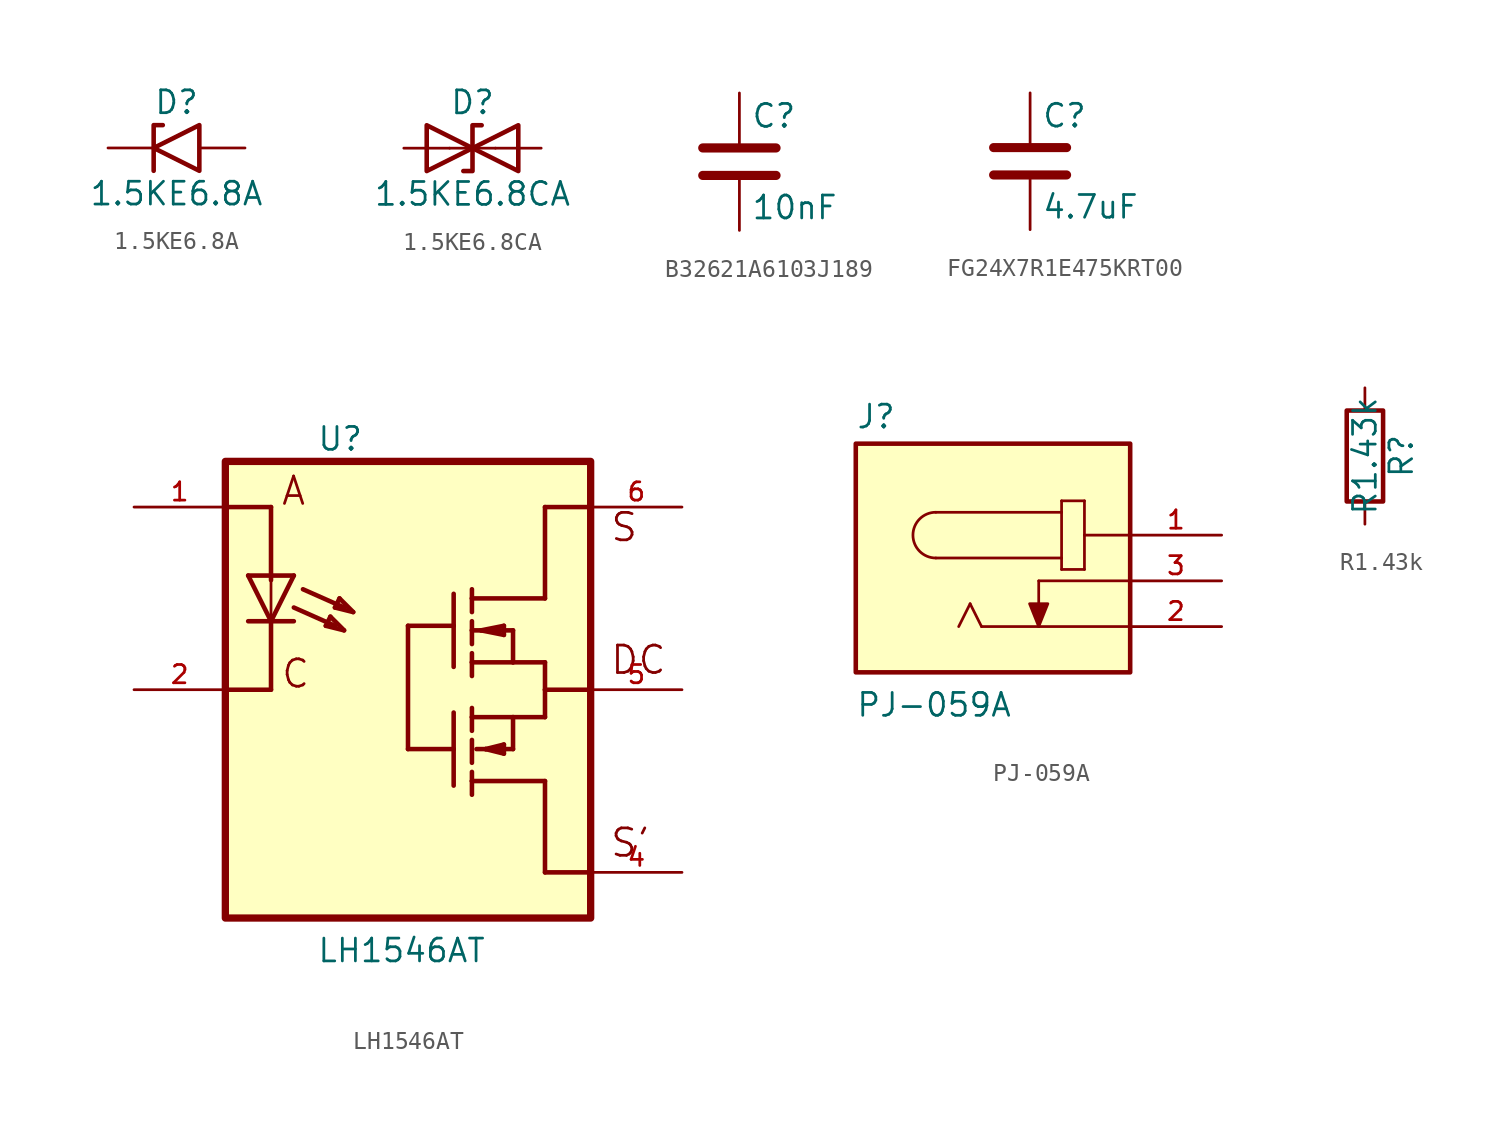
<source format=kicad_sym>
(kicad_symbol_lib
  (version 20241209)
  (generator "kicad_symbol_editor")
  (generator_version "9.0")
  (symbol "1.5KE6.8A"
    (pin_numbers
      (hide yes))
    (pin_names
      (offset 1.016)
      (hide yes))
    (property "Reference" "D"
      (at 0 2.54 0)
      (effects (font (size 1.27 1.27))))
    (property "Value" "1.5KE6.8A"
      (at 0 -2.54 0)
      (effects (font (size 1.27 1.27))))
    (symbol "1.5KE6.8A_0_1"
      (polyline (pts (xy -0.762 1.27) (xy -1.27 1.27) (xy -1.27 -1.27)) (stroke (width 0.254) (type default)) (fill (type none)))
      (polyline (pts (xy 1.27 1.27) (xy 1.27 -1.27) (xy -1.27 0) (xy 1.27 1.27)) (stroke (width 0.254) (type default)) (fill (type none))))
    (symbol "1.5KE6.8A_1_1"
      (pin passive line (at -3.81 0 0) (length 2.54) (name "A1" (effects (font (size 1.27 1.27)))) (number "1" (effects (font (size 1.27 1.27)))))
      (pin passive line (at 3.81 0 180) (length 2.54) (name "A2" (effects (font (size 1.27 1.27)))) (number "2" (effects (font (size 1.27 1.27)))))))
  (symbol "1.5KE6.8CA"
    (pin_numbers
      (hide yes))
    (pin_names
      (offset 1.016)
      (hide yes))
    (property "Reference" "D"
      (at 0 2.54 0)
      (effects (font (size 1.27 1.27))))
    (property "Value" "1.5KE6.8CA"
      (at 0 -2.54 0)
      (effects (font (size 1.27 1.27))))
    (symbol "1.5KE6.8CA_0_1"
      (polyline (pts (xy -2.54 -1.27) (xy 0 0) (xy -2.54 1.27) (xy -2.54 -1.27)) (stroke (width 0.254) (type default)) (fill (type none)))
      (polyline (pts (xy 0.508 1.27) (xy 0 1.27) (xy 0 -1.27) (xy -0.508 -1.27)) (stroke (width 0.254) (type default)) (fill (type none)))
      (polyline (pts (xy 1.27 0) (xy -1.27 0)) (stroke (width 0) (type default)) (fill (type none)))
      (polyline (pts (xy 2.54 1.27) (xy 2.54 -1.27) (xy 0 0) (xy 2.54 1.27)) (stroke (width 0.254) (type default)) (fill (type none))))
    (symbol "1.5KE6.8CA_1_1"
      (pin passive line (at -3.81 0 0) (length 2.54) (name "A1" (effects (font (size 1.27 1.27)))) (number "1" (effects (font (size 1.27 1.27)))))
      (pin passive line (at 3.81 0 180) (length 2.54) (name "A2" (effects (font (size 1.27 1.27)))) (number "2" (effects (font (size 1.27 1.27)))))))
  (symbol "B32621A6103J189"
    (pin_numbers
      (hide yes))
    (pin_names
      (offset 0.254))
    (property "Reference" "C"
      (at 0.635 2.54 0)
      (effects (font (size 1.27 1.27)) (justify left)))
    (property "Value" "10nF"
      (at 0.635 -2.54 0)
      (effects (font (size 1.27 1.27)) (justify left)))
    (symbol "B32621A6103J189_0_1"
      (polyline (pts (xy -2.032 0.762) (xy 2.032 0.762)) (stroke (width 0.508) (type default)) (fill (type none)))
      (polyline (pts (xy -2.032 -0.762) (xy 2.032 -0.762)) (stroke (width 0.508) (type default)) (fill (type none))))
    (symbol "B32621A6103J189_1_1"
      (pin passive line (at 0 3.81 270) (length 2.794) (name "~" (effects (font (size 1.27 1.27)))) (number "1" (effects (font (size 1.27 1.27)))))
      (pin passive line (at 0 -3.81 90) (length 2.794) (name "~" (effects (font (size 1.27 1.27)))) (number "2" (effects (font (size 1.27 1.27)))))))
  (symbol "FG24X7R1E475KRT00"
    (pin_numbers
      (hide yes))
    (pin_names
      (offset 0.254))
    (property "Reference" "C"
      (at 0.635 2.54 0)
      (effects (font (size 1.27 1.27)) (justify left)))
    (property "Value" "4.7uF"
      (at 0.635 -2.54 0)
      (effects (font (size 1.27 1.27)) (justify left)))
    (symbol "FG24X7R1E475KRT00_0_1"
      (polyline (pts (xy -2.032 0.762) (xy 2.032 0.762)) (stroke (width 0.508) (type default)) (fill (type none)))
      (polyline (pts (xy -2.032 -0.762) (xy 2.032 -0.762)) (stroke (width 0.508) (type default)) (fill (type none))))
    (symbol "FG24X7R1E475KRT00_1_1"
      (pin passive line (at 0 3.81 270) (length 2.794) (name "~" (effects (font (size 1.27 1.27)))) (number "1" (effects (font (size 1.27 1.27)))))
      (pin passive line (at 0 -3.81 90) (length 2.794) (name "~" (effects (font (size 1.27 1.27)))) (number "2" (effects (font (size 1.27 1.27)))))))
  (symbol "LH1546AT"
    (pin_names
      (offset 1.016))
    (property "Reference" "U"
      (at -5.081 13.21 0)
      (effects (font (size 1.27 1.27)) (justify left bottom)))
    (property "Value" "LH1546AT"
      (at -5.083 -15.248 0)
      (effects (font (size 1.27 1.27)) (justify left bottom)))
    (symbol "LH1546AT_0_0"
      (polyline (pts (xy -10.16 10.16) (xy -7.62 10.16)) (stroke (width 0.254) (type default)) (fill (type none)))
      (polyline (pts (xy -10.16 0) (xy -7.62 0)) (stroke (width 0.254) (type default)) (fill (type none)))
      (rectangle (start -10.16 -12.7) (end 10.16 12.7) (stroke (width 0.406) (type default)) (fill (type background)))
      (polyline (pts (xy -7.62 10.16) (xy -7.62 6.096)) (stroke (width 0.254) (type default)) (fill (type none)))
      (polyline (pts (xy -7.62 6.35) (xy -8.89 6.35)) (stroke (width 0.254) (type default)) (fill (type none)))
      (polyline (pts (xy -7.62 6.35) (xy -7.62 6.096)) (stroke (width 0.152) (type default)) (fill (type none)))
      (polyline (pts (xy -7.62 6.096) (xy -7.62 3.81)) (stroke (width 0.152) (type default)) (fill (type none)))
      (polyline (pts (xy -7.62 3.81) (xy -8.89 6.35)) (stroke (width 0.254) (type default)) (fill (type none)))
      (polyline (pts (xy -7.62 3.81) (xy -8.89 3.81)) (stroke (width 0.254) (type default)) (fill (type none)))
      (polyline (pts (xy -7.62 0) (xy -7.62 3.81)) (stroke (width 0.254) (type default)) (fill (type none)))
      (polyline (pts (xy -6.35 6.35) (xy -7.62 6.35)) (stroke (width 0.254) (type default)) (fill (type none)))
      (polyline (pts (xy -6.35 6.35) (xy -7.62 3.81)) (stroke (width 0.254) (type default)) (fill (type none)))
      (polyline (pts (xy -6.35 3.81) (xy -7.62 3.81)) (stroke (width 0.254) (type default)) (fill (type none)))
      (polyline (pts (xy -4.572 3.556) (xy -3.556 3.302)) (stroke (width 0.254) (type default)) (fill (type none)))
      (polyline (pts (xy -4.318 4.064) (xy -4.572 3.556)) (stroke (width 0.254) (type default)) (fill (type none)))
      (polyline (pts (xy -4.064 4.572) (xy -3.048 4.318)) (stroke (width 0.254) (type default)) (fill (type none)))
      (polyline (pts (xy -4.064 3.556) (xy -6.35 4.572)) (stroke (width 0.254) (type default)) (fill (type none)))
      (polyline (pts (xy -3.81 5.08) (xy -4.064 4.572)) (stroke (width 0.254) (type default)) (fill (type none)))
      (polyline (pts (xy -3.556 4.572) (xy -5.842 5.588)) (stroke (width 0.254) (type default)) (fill (type none)))
      (polyline (pts (xy -3.556 3.302) (xy -4.318 4.064)) (stroke (width 0.254) (type default)) (fill (type none)))
      (polyline (pts (xy -3.048 4.318) (xy -3.81 5.08)) (stroke (width 0.254) (type default)) (fill (type none)))
      (polyline (pts (xy 0 3.556) (xy 2.54 3.556)) (stroke (width 0.254) (type default)) (fill (type none)))
      (polyline (pts (xy 0 -3.302) (xy 0 3.556)) (stroke (width 0.254) (type default)) (fill (type none)))
      (polyline (pts (xy 2.54 3.556) (xy 2.54 5.334)) (stroke (width 0.254) (type default)) (fill (type none)))
      (polyline (pts (xy 2.54 1.27) (xy 2.54 3.556)) (stroke (width 0.254) (type default)) (fill (type none)))
      (polyline (pts (xy 2.54 -3.302) (xy 0 -3.302)) (stroke (width 0.254) (type default)) (fill (type none)))
      (polyline (pts (xy 2.54 -3.302) (xy 2.54 -1.27)) (stroke (width 0.254) (type default)) (fill (type none)))
      (polyline (pts (xy 2.54 -5.334) (xy 2.54 -3.302)) (stroke (width 0.254) (type default)) (fill (type none)))
      (polyline (pts (xy 3.556 5.08) (xy 3.556 5.588)) (stroke (width 0.254) (type default)) (fill (type none)))
      (polyline (pts (xy 3.556 4.318) (xy 3.556 5.08)) (stroke (width 0.254) (type default)) (fill (type none)))
      (polyline (pts (xy 3.556 3.302) (xy 3.556 3.81)) (stroke (width 0.254) (type default)) (fill (type none)))
      (polyline (pts (xy 3.556 3.302) (xy 5.842 3.302)) (stroke (width 0.254) (type default)) (fill (type none)))
      (polyline (pts (xy 3.556 2.54) (xy 3.556 3.302)) (stroke (width 0.254) (type default)) (fill (type none)))
      (polyline (pts (xy 3.556 1.524) (xy 3.556 2.032)) (stroke (width 0.254) (type default)) (fill (type none)))
      (polyline (pts (xy 3.556 1.524) (xy 5.842 1.524)) (stroke (width 0.254) (type default)) (fill (type none)))
      (polyline (pts (xy 3.556 0.762) (xy 3.556 1.524)) (stroke (width 0.254) (type default)) (fill (type none)))
      (polyline (pts (xy 3.556 -1.524) (xy 3.556 -1.016)) (stroke (width 0.254) (type default)) (fill (type none)))
      (polyline (pts (xy 3.556 -1.524) (xy 5.842 -1.524)) (stroke (width 0.254) (type default)) (fill (type none)))
      (polyline (pts (xy 3.556 -2.286) (xy 3.556 -1.524)) (stroke (width 0.254) (type default)) (fill (type none)))
      (polyline (pts (xy 3.556 -4.064) (xy 3.556 -2.794)) (stroke (width 0.254) (type default)) (fill (type none)))
      (polyline (pts (xy 3.556 -5.08) (xy 3.556 -4.572)) (stroke (width 0.254) (type default)) (fill (type none)))
      (polyline (pts (xy 3.556 -5.08) (xy 7.62 -5.08)) (stroke (width 0.254) (type default)) (fill (type none)))
      (polyline (pts (xy 3.556 -5.842) (xy 3.556 -5.08)) (stroke (width 0.254) (type default)) (fill (type none)))
      (polyline (pts (xy 3.81 -3.302) (xy 4.318 -3.302)) (stroke (width 0.254) (type default)) (fill (type none)))
      (polyline (pts (xy 4.064 3.302) (xy 5.334 3.048)) (stroke (width 0.254) (type default)) (fill (type none)))
      (polyline (pts (xy 4.318 -3.302) (xy 5.334 -3.556)) (stroke (width 0.254) (type default)) (fill (type none)))
      (polyline (pts (xy 4.318 -3.302) (xy 5.842 -3.302)) (stroke (width 0.254) (type default)) (fill (type none)))
      (polyline (pts (xy 5.334 3.556) (xy 4.064 3.302)) (stroke (width 0.254) (type default)) (fill (type none)))
      (polyline (pts (xy 5.334 3.048) (xy 5.334 3.556)) (stroke (width 0.254) (type default)) (fill (type none)))
      (polyline (pts (xy 5.334 -3.048) (xy 4.318 -3.302)) (stroke (width 0.254) (type default)) (fill (type none)))
      (polyline (pts (xy 5.334 -3.556) (xy 5.334 -3.048)) (stroke (width 0.254) (type default)) (fill (type none)))
      (polyline (pts (xy 5.842 3.302) (xy 5.842 1.524)) (stroke (width 0.254) (type default)) (fill (type none)))
      (polyline (pts (xy 5.842 1.524) (xy 7.62 1.524)) (stroke (width 0.254) (type default)) (fill (type none)))
      (polyline (pts (xy 5.842 -1.524) (xy 7.62 -1.524)) (stroke (width 0.254) (type default)) (fill (type none)))
      (polyline (pts (xy 5.842 -3.302) (xy 5.842 -1.524)) (stroke (width 0.254) (type default)) (fill (type none)))
      (polyline (pts (xy 7.62 10.16) (xy 7.62 5.08)) (stroke (width 0.254) (type default)) (fill (type none)))
      (polyline (pts (xy 7.62 5.08) (xy 3.556 5.08)) (stroke (width 0.254) (type default)) (fill (type none)))
      (polyline (pts (xy 7.62 1.524) (xy 7.62 0)) (stroke (width 0.254) (type default)) (fill (type none)))
      (polyline (pts (xy 7.62 0) (xy 7.62 -1.524)) (stroke (width 0.254) (type default)) (fill (type none)))
      (polyline (pts (xy 7.62 0) (xy 10.16 0)) (stroke (width 0.254) (type default)) (fill (type none)))
      (polyline (pts (xy 7.62 -5.08) (xy 7.62 -10.16)) (stroke (width 0.254) (type default)) (fill (type none)))
      (polyline (pts (xy 7.62 -10.16) (xy 10.16 -10.16)) (stroke (width 0.254) (type default)) (fill (type none)))
      (polyline (pts (xy 10.16 10.16) (xy 7.62 10.16)) (stroke (width 0.254) (type default)) (fill (type none)))
      (text "A" (at -7.118 10.168 0) (effects (font (size 1.525 1.525)) (justify left bottom)))
      (text "C" (at -7.113 0 0) (effects (font (size 1.524 1.524)) (justify left bottom)))
      (text "S'" (at 11.184 -9.405 0) (effects (font (size 1.525 1.525)) (justify left bottom)))
      (text "DC" (at 11.189 0.763 0) (effects (font (size 1.526 1.526)) (justify left bottom)))
      (text "S" (at 11.198 8.144 0) (effects (font (size 1.527 1.527)) (justify left bottom)))
      (pin passive line (at -15.24 10.16 0) (length 5.08) (name "~" (effects (font (size 1.016 1.016)))) (number "1" (effects (font (size 1.016 1.016)))))
      (pin passive line (at -15.24 0 0) (length 5.08) (name "~" (effects (font (size 1.016 1.016)))) (number "2" (effects (font (size 1.016 1.016)))))
      (pin passive line (at 15.24 10.16 180) (length 5.08) (name "~" (effects (font (size 1.016 1.016)))) (number "6" (effects (font (size 1.016 1.016)))))
      (pin passive line (at 15.24 0 180) (length 5.08) (name "~" (effects (font (size 1.016 1.016)))) (number "5" (effects (font (size 1.016 1.016)))))
      (pin passive line (at 15.24 -10.16 180) (length 5.08) (name "~" (effects (font (size 1.016 1.016)))) (number "4" (effects (font (size 1.016 1.016)))))))
  (symbol "PJ-059A"
    (pin_names
      (offset 1.016))
    (property "Reference" "J"
      (at -7.62 5.842 0)
      (effects (font (size 1.27 1.27)) (justify left bottom)))
    (property "Value" "PJ-059A"
      (at -7.635 -10.17 0)
      (effects (font (size 1.27 1.27)) (justify left bottom)))
    (symbol "PJ-059A_0_0"
      (rectangle (start -7.62 -7.62) (end 7.62 5.08) (stroke (width 0.254) (type default)) (fill (type background)))
      (polyline (pts (xy -3.175 1.27) (xy 3.81 1.27)) (stroke (width 0.152) (type default)) (fill (type none)))
      (arc (start -3.175 -1.27) (mid -4.4394 0) (end -3.175 1.27) (stroke (width 0.1524) (type default)) (fill (type none)))
      (polyline (pts (xy -1.27 -3.81) (xy -1.905 -5.08)) (stroke (width 0.152) (type default)) (fill (type none)))
      (polyline (pts (xy -0.635 -5.08) (xy -1.27 -3.81)) (stroke (width 0.152) (type default)) (fill (type none)))
      (polyline (pts (xy 2.54 -2.54) (xy 2.54 -5.08)) (stroke (width 0.152) (type default)) (fill (type none)))
      (polyline (pts (xy 2.54 -5.08) (xy -0.635 -5.08)) (stroke (width 0.152) (type default)) (fill (type none)))
      (polyline (pts (xy 2.54 -5.08) (xy 2.032 -3.81) (xy 3.048 -3.81) (xy 2.54 -5.08)) (stroke (width 0.152) (type default)) (fill (type outline)))
      (polyline (pts (xy 3.81 1.905) (xy 3.81 1.27)) (stroke (width 0.152) (type default)) (fill (type none)))
      (polyline (pts (xy 3.81 1.27) (xy 3.81 -1.27)) (stroke (width 0.152) (type default)) (fill (type none)))
      (polyline (pts (xy 3.81 -1.27) (xy -3.175 -1.27)) (stroke (width 0.152) (type default)) (fill (type none)))
      (polyline (pts (xy 3.81 -1.27) (xy 3.81 -1.905)) (stroke (width 0.152) (type default)) (fill (type none)))
      (polyline (pts (xy 3.81 -1.905) (xy 5.08 -1.905)) (stroke (width 0.152) (type default)) (fill (type none)))
      (polyline (pts (xy 5.08 1.905) (xy 3.81 1.905)) (stroke (width 0.152) (type default)) (fill (type none)))
      (polyline (pts (xy 5.08 0) (xy 5.08 1.905)) (stroke (width 0.152) (type default)) (fill (type none)))
      (polyline (pts (xy 5.08 -1.905) (xy 5.08 0)) (stroke (width 0.152) (type default)) (fill (type none)))
      (polyline (pts (xy 7.62 0) (xy 5.08 0)) (stroke (width 0.152) (type default)) (fill (type none)))
      (polyline (pts (xy 7.62 -2.54) (xy 2.54 -2.54)) (stroke (width 0.152) (type default)) (fill (type none)))
      (polyline (pts (xy 7.62 -5.08) (xy 2.54 -5.08)) (stroke (width 0.152) (type default)) (fill (type none)))
      (pin passive line (at 12.7 0 180) (length 5.08) (name "~" (effects (font (size 1.016 1.016)))) (number "1" (effects (font (size 1.016 1.016)))))
      (pin passive line (at 12.7 -2.54 180) (length 5.08) (name "~" (effects (font (size 1.016 1.016)))) (number "3" (effects (font (size 1.016 1.016)))))
      (pin passive line (at 12.7 -5.08 180) (length 5.08) (name "~" (effects (font (size 1.016 1.016)))) (number "2" (effects (font (size 1.016 1.016)))))))
  (symbol "R1.43k"
    (pin_numbers
      (hide yes))
    (pin_names
      (offset 0))
    (property "Reference" "R"
      (at 2.032 0 90)
      (effects (font (size 1.27 1.27))))
    (property "Value" "R1.43k"
      (at 0 0 90)
      (effects (font (size 1.27 1.27))))
    (symbol "R1.43k_0_1"
      (rectangle (start -1.016 -2.54) (end 1.016 2.54) (stroke (width 0.254) (type default)) (fill (type none))))
    (symbol "R1.43k_1_1"
      (pin passive line (at 0 3.81 270) (length 1.27) (name "~" (effects (font (size 1.27 1.27)))) (number "1" (effects (font (size 1.27 1.27)))))
      (pin passive line (at 0 -3.81 90) (length 1.27) (name "~" (effects (font (size 1.27 1.27)))) (number "2" (effects (font (size 1.27 1.27))))))))
</source>
